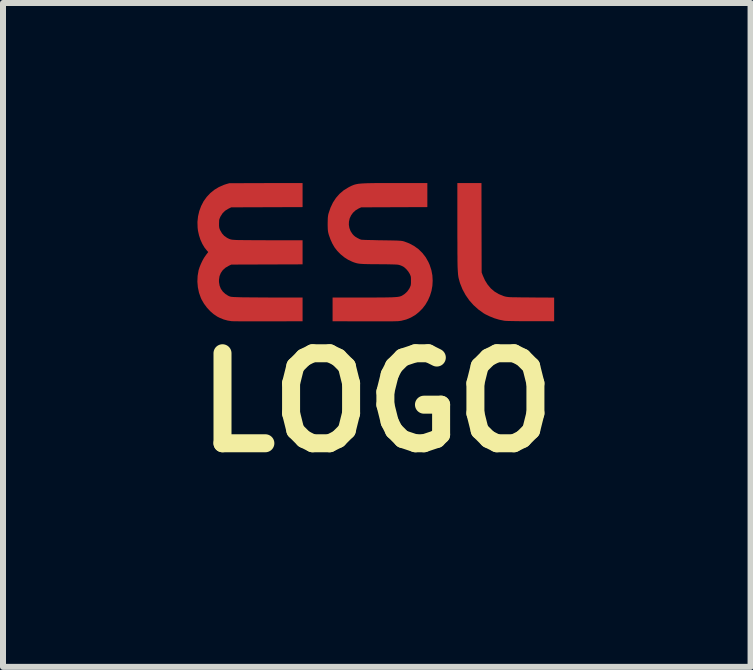
<source format=kicad_pcb>
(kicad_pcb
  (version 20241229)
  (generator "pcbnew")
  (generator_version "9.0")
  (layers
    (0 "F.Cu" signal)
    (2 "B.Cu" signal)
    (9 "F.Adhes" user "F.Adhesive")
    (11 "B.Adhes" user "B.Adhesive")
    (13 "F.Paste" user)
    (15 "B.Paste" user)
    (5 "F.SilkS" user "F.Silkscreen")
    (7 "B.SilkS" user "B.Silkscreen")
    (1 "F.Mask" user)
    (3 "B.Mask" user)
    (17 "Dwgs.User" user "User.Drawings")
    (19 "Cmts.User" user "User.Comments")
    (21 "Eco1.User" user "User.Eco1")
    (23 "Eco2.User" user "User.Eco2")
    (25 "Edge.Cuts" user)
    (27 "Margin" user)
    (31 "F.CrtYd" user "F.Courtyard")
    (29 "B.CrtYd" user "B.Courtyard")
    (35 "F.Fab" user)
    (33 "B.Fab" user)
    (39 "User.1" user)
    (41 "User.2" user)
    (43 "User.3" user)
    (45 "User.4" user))
  (footprint "LOGO"
    (layer "F.Cu")
    (at 3.229 1.158)
    (property "Reference" "LOGO" (at 0 2.5 0) (layer "F.SilkS") (effects (font (size 1.5 1.5) (thickness 0.3))))
    (attr board_only exclude_from_pos_files exclude_from_bom)
    (fp_poly (pts (xy 1.745 -0.413) (xy 1.747 0.332) (xy 1.765 0.38) (xy 1.802 0.463) (xy 1.847 0.535) (xy 1.9 0.598) (xy 1.961 0.65) (xy 2.031 0.692) (xy 2.108 0.724) (xy 2.135 0.732) (xy 2.147 0.735) (xy 2.158 0.737) (xy 2.171 0.739) (xy 2.186 0.741) (xy 2.204 0.743) (xy 2.227 0.744) (xy 2.255 0.745) (xy 2.29 0.746) (xy 2.333 0.746) (xy 2.385 0.747) (xy 2.447 0.748) (xy 2.521 0.748) (xy 2.571 0.749) (xy 2.955 0.751) (xy 2.955 0.948) (xy 2.955 1.145) (xy 2.561 1.144) (xy 2.467 1.144) (xy 2.384 1.144) (xy 2.314 1.143) (xy 2.255 1.142) (xy 2.207 1.141) (xy 2.168 1.14) (xy 2.14 1.138) (xy 2.12 1.136) (xy 2.116 1.135) (xy 2.038 1.119) (xy 1.958 1.095) (xy 1.881 1.064) (xy 1.809 1.029) (xy 1.78 1.012) (xy 1.692 0.949) (xy 1.611 0.876) (xy 1.54 0.796) (xy 1.479 0.708) (xy 1.428 0.614) (xy 1.388 0.515) (xy 1.379 0.485) (xy 1.374 0.465) (xy 1.369 0.447) (xy 1.364 0.429) (xy 1.36 0.41) (xy 1.357 0.39) (xy 1.354 0.367) (xy 1.352 0.341) (xy 1.35 0.312) (xy 1.348 0.278) (xy 1.346 0.238) (xy 1.345 0.192) (xy 1.344 0.139) (xy 1.344 0.078) (xy 1.343 0.008) (xy 1.343 -0.071) (xy 1.343 -0.161) (xy 1.342 -0.261) (xy 1.342 -0.374) (xy 1.342 -0.441) (xy 1.342 -1.158) (xy 1.543 -1.158) (xy 1.744 -1.158)) (stroke (width 0) (type solid)) (fill yes) (layer "F.Cu"))
    (fp_poly (pts (xy -1.237 -0.958) (xy -1.237 -0.757) (xy -1.831 -0.755) (xy -2.426 -0.753) (xy -2.475 -0.729) (xy -2.527 -0.697) (xy -2.569 -0.656) (xy -2.602 -0.605) (xy -2.608 -0.594) (xy -2.617 -0.572) (xy -2.624 -0.555) (xy -2.627 -0.537) (xy -2.628 -0.514) (xy -2.629 -0.482) (xy -2.629 -0.48) (xy -2.629 -0.448) (xy -2.627 -0.425) (xy -2.624 -0.407) (xy -2.618 -0.389) (xy -2.609 -0.369) (xy -2.608 -0.368) (xy -2.579 -0.318) (xy -2.543 -0.278) (xy -2.497 -0.246) (xy -2.486 -0.24) (xy -2.464 -0.229) (xy -2.446 -0.222) (xy -2.428 -0.217) (xy -2.405 -0.213) (xy -2.374 -0.211) (xy -2.363 -0.21) (xy -2.344 -0.209) (xy -2.313 -0.208) (xy -2.272 -0.208) (xy -2.221 -0.207) (xy -2.161 -0.206) (xy -2.095 -0.206) (xy -2.022 -0.205) (xy -1.944 -0.205) (xy -1.863 -0.205) (xy -1.779 -0.204) (xy -1.762 -0.204) (xy -1.237 -0.204) (xy -1.237 -0.003) (xy -1.237 0.197) (xy -1.831 0.199) (xy -2.425 0.201) (xy -2.469 0.222) (xy -2.523 0.254) (xy -2.567 0.294) (xy -2.599 0.34) (xy -2.621 0.393) (xy -2.63 0.452) (xy -2.63 0.492) (xy -2.62 0.551) (xy -2.599 0.604) (xy -2.566 0.651) (xy -2.523 0.691) (xy -2.48 0.718) (xy -2.465 0.726) (xy -2.452 0.731) (xy -2.439 0.735) (xy -2.423 0.738) (xy -2.402 0.74) (xy -2.374 0.742) (xy -2.336 0.743) (xy -2.313 0.744) (xy -2.285 0.745) (xy -2.246 0.746) (xy -2.196 0.747) (xy -2.137 0.747) (xy -2.071 0.748) (xy -1.999 0.748) (xy -1.922 0.749) (xy -1.842 0.749) (xy -1.76 0.75) (xy -1.713 0.75) (xy -1.237 0.75) (xy -1.237 0.947) (xy -1.237 1.145) (xy -1.798 1.147) (xy -1.884 1.147) (xy -1.968 1.147) (xy -2.048 1.147) (xy -2.123 1.147) (xy -2.192 1.147) (xy -2.254 1.146) (xy -2.308 1.146) (xy -2.353 1.145) (xy -2.387 1.145) (xy -2.41 1.144) (xy -2.418 1.144) (xy -2.484 1.134) (xy -2.553 1.115) (xy -2.621 1.087) (xy -2.658 1.068) (xy -2.719 1.027) (xy -2.778 0.976) (xy -2.832 0.917) (xy -2.88 0.852) (xy -2.919 0.785) (xy -2.932 0.757) (xy -2.963 0.67) (xy -2.982 0.579) (xy -2.99 0.485) (xy -2.986 0.39) (xy -2.97 0.297) (xy -2.968 0.289) (xy -2.953 0.243) (xy -2.932 0.191) (xy -2.907 0.138) (xy -2.879 0.088) (xy -2.85 0.046) (xy -2.846 0.04) (xy -2.809 -0.008) (xy -2.828 -0.029) (xy -2.87 -0.081) (xy -2.907 -0.143) (xy -2.939 -0.213) (xy -2.963 -0.287) (xy -2.98 -0.363) (xy -2.986 -0.413) (xy -2.989 -0.509) (xy -2.979 -0.603) (xy -2.958 -0.692) (xy -2.927 -0.776) (xy -2.886 -0.855) (xy -2.835 -0.926) (xy -2.775 -0.99) (xy -2.706 -1.046) (xy -2.63 -1.092) (xy -2.547 -1.128) (xy -2.51 -1.14) (xy -2.458 -1.155) (xy -1.847 -1.157) (xy -1.237 -1.158)) (stroke (width 0) (type solid)) (fill yes) (layer "F.Cu"))
    (fp_poly (pts (xy 0.842 -0.958) (xy 0.842 -0.757) (xy 0.291 -0.755) (xy -0.26 -0.753) (xy -0.304 -0.733) (xy -0.355 -0.702) (xy -0.397 -0.663) (xy -0.429 -0.618) (xy -0.452 -0.569) (xy -0.464 -0.516) (xy -0.466 -0.463) (xy -0.457 -0.409) (xy -0.437 -0.357) (xy -0.406 -0.309) (xy -0.385 -0.286) (xy -0.358 -0.263) (xy -0.323 -0.242) (xy -0.288 -0.224) (xy -0.26 -0.214) (xy -0.25 -0.213) (xy -0.227 -0.212) (xy -0.195 -0.21) (xy -0.153 -0.209) (xy -0.104 -0.208) (xy -0.048 -0.207) (xy 0.013 -0.205) (xy 0.077 -0.204) (xy 0.082 -0.204) (xy 0.156 -0.203) (xy 0.218 -0.202) (xy 0.27 -0.201) (xy 0.312 -0.2) (xy 0.346 -0.199) (xy 0.373 -0.197) (xy 0.394 -0.196) (xy 0.411 -0.194) (xy 0.426 -0.192) (xy 0.438 -0.189) (xy 0.45 -0.186) (xy 0.454 -0.185) (xy 0.541 -0.152) (xy 0.621 -0.109) (xy 0.695 -0.056) (xy 0.759 0.007) (xy 0.815 0.079) (xy 0.86 0.159) (xy 0.88 0.204) (xy 0.909 0.292) (xy 0.926 0.381) (xy 0.931 0.468) (xy 0.926 0.555) (xy 0.911 0.639) (xy 0.886 0.72) (xy 0.852 0.797) (xy 0.81 0.869) (xy 0.76 0.934) (xy 0.702 0.992) (xy 0.638 1.043) (xy 0.567 1.084) (xy 0.49 1.116) (xy 0.408 1.137) (xy 0.354 1.144) (xy 0.339 1.144) (xy 0.312 1.145) (xy 0.273 1.146) (xy 0.226 1.146) (xy 0.169 1.146) (xy 0.105 1.147) (xy 0.035 1.147) (xy -0.041 1.147) (xy -0.12 1.147) (xy -0.203 1.147) (xy -0.219 1.147) (xy -0.737 1.145) (xy -0.737 0.948) (xy -0.737 0.75) (xy -0.245 0.75) (xy -0.142 0.75) (xy -0.051 0.75) (xy 0.029 0.749) (xy 0.098 0.749) (xy 0.158 0.748) (xy 0.209 0.747) (xy 0.251 0.746) (xy 0.287 0.744) (xy 0.317 0.742) (xy 0.341 0.74) (xy 0.361 0.737) (xy 0.378 0.734) (xy 0.392 0.73) (xy 0.404 0.726) (xy 0.415 0.721) (xy 0.418 0.72) (xy 0.464 0.69) (xy 0.506 0.651) (xy 0.539 0.605) (xy 0.548 0.588) (xy 0.557 0.567) (xy 0.564 0.55) (xy 0.567 0.532) (xy 0.569 0.51) (xy 0.569 0.48) (xy 0.569 0.47) (xy 0.569 0.438) (xy 0.568 0.414) (xy 0.565 0.396) (xy 0.559 0.38) (xy 0.551 0.361) (xy 0.548 0.355) (xy 0.524 0.316) (xy 0.492 0.278) (xy 0.457 0.246) (xy 0.444 0.237) (xy 0.427 0.228) (xy 0.403 0.217) (xy 0.385 0.211) (xy 0.375 0.208) (xy 0.364 0.205) (xy 0.351 0.203) (xy 0.335 0.201) (xy 0.315 0.2) (xy 0.288 0.199) (xy 0.255 0.198) (xy 0.213 0.197) (xy 0.162 0.196) (xy 0.1 0.196) (xy 0.036 0.195) (xy -0.04 0.195) (xy -0.105 0.194) (xy -0.159 0.193) (xy -0.204 0.192) (xy -0.241 0.19) (xy -0.272 0.188) (xy -0.299 0.185) (xy -0.322 0.181) (xy -0.343 0.176) (xy -0.363 0.17) (xy -0.384 0.163) (xy -0.407 0.154) (xy -0.414 0.151) (xy -0.479 0.12) (xy -0.543 0.079) (xy -0.604 0.029) (xy -0.659 -0.027) (xy -0.704 -0.085) (xy -0.74 -0.147) (xy -0.772 -0.217) (xy -0.798 -0.29) (xy -0.801 -0.3) (xy -0.808 -0.325) (xy -0.812 -0.346) (xy -0.815 -0.367) (xy -0.817 -0.39) (xy -0.818 -0.418) (xy -0.819 -0.455) (xy -0.819 -0.484) (xy -0.818 -0.53) (xy -0.817 -0.566) (xy -0.815 -0.594) (xy -0.812 -0.617) (xy -0.808 -0.638) (xy -0.804 -0.652) (xy -0.772 -0.747) (xy -0.731 -0.833) (xy -0.68 -0.911) (xy -0.621 -0.978) (xy -0.552 -1.037) (xy -0.474 -1.085) (xy -0.461 -1.092) (xy -0.439 -1.103) (xy -0.419 -1.113) (xy -0.399 -1.121) (xy -0.379 -1.129) (xy -0.358 -1.135) (xy -0.335 -1.14) (xy -0.309 -1.145) (xy -0.279 -1.148) (xy -0.244 -1.151) (xy -0.203 -1.153) (xy -0.155 -1.155) (xy -0.099 -1.156) (xy -0.035 -1.157) (xy 0.038 -1.158) (xy 0.122 -1.158) (xy 0.218 -1.158) (xy 0.311 -1.158) (xy 0.842 -1.158)) (stroke (width 0) (type solid)) (fill yes) (layer "F.Cu"))
    (fp_poly (pts (xy 1.745 -0.413) (xy 1.747 0.332) (xy 1.765 0.38) (xy 1.802 0.463) (xy 1.847 0.535) (xy 1.9 0.598) (xy 1.961 0.65) (xy 2.031 0.692) (xy 2.108 0.724) (xy 2.135 0.732) (xy 2.147 0.735) (xy 2.158 0.737) (xy 2.171 0.739) (xy 2.186 0.741) (xy 2.204 0.743) (xy 2.227 0.744) (xy 2.255 0.745) (xy 2.29 0.746) (xy 2.333 0.746) (xy 2.385 0.747) (xy 2.447 0.748) (xy 2.521 0.748) (xy 2.571 0.749) (xy 2.955 0.751) (xy 2.955 0.948) (xy 2.955 1.145) (xy 2.561 1.144) (xy 2.467 1.144) (xy 2.384 1.144) (xy 2.314 1.143) (xy 2.255 1.142) (xy 2.207 1.141) (xy 2.168 1.14) (xy 2.14 1.138) (xy 2.12 1.136) (xy 2.116 1.135) (xy 2.038 1.119) (xy 1.958 1.095) (xy 1.881 1.064) (xy 1.809 1.029) (xy 1.78 1.012) (xy 1.692 0.949) (xy 1.611 0.876) (xy 1.54 0.796) (xy 1.479 0.708) (xy 1.428 0.614) (xy 1.388 0.515) (xy 1.379 0.485) (xy 1.374 0.465) (xy 1.369 0.447) (xy 1.364 0.429) (xy 1.36 0.41) (xy 1.357 0.39) (xy 1.354 0.367) (xy 1.352 0.341) (xy 1.35 0.312) (xy 1.348 0.278) (xy 1.346 0.238) (xy 1.345 0.192) (xy 1.344 0.139) (xy 1.344 0.078) (xy 1.343 0.008) (xy 1.343 -0.071) (xy 1.343 -0.161) (xy 1.342 -0.261) (xy 1.342 -0.374) (xy 1.342 -0.441) (xy 1.342 -1.158) (xy 1.543 -1.158) (xy 1.744 -1.158)) (stroke (width 0) (type solid)) (fill yes) (layer "F.Mask"))
    (fp_poly (pts (xy -1.237 -0.958) (xy -1.237 -0.757) (xy -1.831 -0.755) (xy -2.426 -0.753) (xy -2.475 -0.729) (xy -2.527 -0.697) (xy -2.569 -0.656) (xy -2.602 -0.605) (xy -2.608 -0.594) (xy -2.617 -0.572) (xy -2.624 -0.555) (xy -2.627 -0.537) (xy -2.628 -0.514) (xy -2.629 -0.482) (xy -2.629 -0.48) (xy -2.629 -0.448) (xy -2.627 -0.425) (xy -2.624 -0.407) (xy -2.618 -0.389) (xy -2.609 -0.369) (xy -2.608 -0.368) (xy -2.579 -0.318) (xy -2.543 -0.278) (xy -2.497 -0.246) (xy -2.486 -0.24) (xy -2.464 -0.229) (xy -2.446 -0.222) (xy -2.428 -0.217) (xy -2.405 -0.213) (xy -2.374 -0.211) (xy -2.363 -0.21) (xy -2.344 -0.209) (xy -2.313 -0.208) (xy -2.272 -0.208) (xy -2.221 -0.207) (xy -2.161 -0.206) (xy -2.095 -0.206) (xy -2.022 -0.205) (xy -1.944 -0.205) (xy -1.863 -0.205) (xy -1.779 -0.204) (xy -1.762 -0.204) (xy -1.237 -0.204) (xy -1.237 -0.003) (xy -1.237 0.197) (xy -1.831 0.199) (xy -2.425 0.201) (xy -2.469 0.222) (xy -2.523 0.254) (xy -2.567 0.294) (xy -2.599 0.34) (xy -2.621 0.393) (xy -2.63 0.452) (xy -2.63 0.492) (xy -2.62 0.551) (xy -2.599 0.604) (xy -2.566 0.651) (xy -2.523 0.691) (xy -2.48 0.718) (xy -2.465 0.726) (xy -2.452 0.731) (xy -2.439 0.735) (xy -2.423 0.738) (xy -2.402 0.74) (xy -2.374 0.742) (xy -2.336 0.743) (xy -2.313 0.744) (xy -2.285 0.745) (xy -2.246 0.746) (xy -2.196 0.747) (xy -2.137 0.747) (xy -2.071 0.748) (xy -1.999 0.748) (xy -1.922 0.749) (xy -1.842 0.749) (xy -1.76 0.75) (xy -1.713 0.75) (xy -1.237 0.75) (xy -1.237 0.947) (xy -1.237 1.145) (xy -1.798 1.147) (xy -1.884 1.147) (xy -1.968 1.147) (xy -2.048 1.147) (xy -2.123 1.147) (xy -2.192 1.147) (xy -2.254 1.146) (xy -2.308 1.146) (xy -2.353 1.145) (xy -2.387 1.145) (xy -2.41 1.144) (xy -2.418 1.144) (xy -2.484 1.134) (xy -2.553 1.115) (xy -2.621 1.087) (xy -2.658 1.068) (xy -2.719 1.027) (xy -2.778 0.976) (xy -2.832 0.917) (xy -2.88 0.852) (xy -2.919 0.785) (xy -2.932 0.757) (xy -2.963 0.67) (xy -2.982 0.579) (xy -2.99 0.485) (xy -2.986 0.39) (xy -2.97 0.297) (xy -2.968 0.289) (xy -2.953 0.243) (xy -2.932 0.191) (xy -2.907 0.138) (xy -2.879 0.088) (xy -2.85 0.046) (xy -2.846 0.04) (xy -2.809 -0.008) (xy -2.828 -0.029) (xy -2.87 -0.081) (xy -2.907 -0.143) (xy -2.939 -0.213) (xy -2.963 -0.287) (xy -2.98 -0.363) (xy -2.986 -0.413) (xy -2.989 -0.509) (xy -2.979 -0.603) (xy -2.958 -0.692) (xy -2.927 -0.776) (xy -2.886 -0.855) (xy -2.835 -0.926) (xy -2.775 -0.99) (xy -2.706 -1.046) (xy -2.63 -1.092) (xy -2.547 -1.128) (xy -2.51 -1.14) (xy -2.458 -1.155) (xy -1.847 -1.157) (xy -1.237 -1.158)) (stroke (width 0) (type solid)) (fill yes) (layer "F.Mask"))
    (fp_poly (pts (xy 0.842 -0.958) (xy 0.842 -0.757) (xy 0.291 -0.755) (xy -0.26 -0.753) (xy -0.304 -0.733) (xy -0.355 -0.702) (xy -0.397 -0.663) (xy -0.429 -0.618) (xy -0.452 -0.569) (xy -0.464 -0.516) (xy -0.466 -0.463) (xy -0.457 -0.409) (xy -0.437 -0.357) (xy -0.406 -0.309) (xy -0.385 -0.286) (xy -0.358 -0.263) (xy -0.323 -0.242) (xy -0.288 -0.224) (xy -0.26 -0.214) (xy -0.25 -0.213) (xy -0.227 -0.212) (xy -0.195 -0.21) (xy -0.153 -0.209) (xy -0.104 -0.208) (xy -0.048 -0.207) (xy 0.013 -0.205) (xy 0.077 -0.204) (xy 0.082 -0.204) (xy 0.156 -0.203) (xy 0.218 -0.202) (xy 0.27 -0.201) (xy 0.312 -0.2) (xy 0.346 -0.199) (xy 0.373 -0.197) (xy 0.394 -0.196) (xy 0.411 -0.194) (xy 0.426 -0.192) (xy 0.438 -0.189) (xy 0.45 -0.186) (xy 0.454 -0.185) (xy 0.541 -0.152) (xy 0.621 -0.109) (xy 0.695 -0.056) (xy 0.759 0.007) (xy 0.815 0.079) (xy 0.86 0.159) (xy 0.88 0.204) (xy 0.909 0.292) (xy 0.926 0.381) (xy 0.931 0.468) (xy 0.926 0.555) (xy 0.911 0.639) (xy 0.886 0.72) (xy 0.852 0.797) (xy 0.81 0.869) (xy 0.76 0.934) (xy 0.702 0.992) (xy 0.638 1.043) (xy 0.567 1.084) (xy 0.49 1.116) (xy 0.408 1.137) (xy 0.354 1.144) (xy 0.339 1.144) (xy 0.312 1.145) (xy 0.273 1.146) (xy 0.226 1.146) (xy 0.169 1.146) (xy 0.105 1.147) (xy 0.035 1.147) (xy -0.041 1.147) (xy -0.12 1.147) (xy -0.203 1.147) (xy -0.219 1.147) (xy -0.737 1.145) (xy -0.737 0.948) (xy -0.737 0.75) (xy -0.245 0.75) (xy -0.142 0.75) (xy -0.051 0.75) (xy 0.029 0.749) (xy 0.098 0.749) (xy 0.158 0.748) (xy 0.209 0.747) (xy 0.251 0.746) (xy 0.287 0.744) (xy 0.317 0.742) (xy 0.341 0.74) (xy 0.361 0.737) (xy 0.378 0.734) (xy 0.392 0.73) (xy 0.404 0.726) (xy 0.415 0.721) (xy 0.418 0.72) (xy 0.464 0.69) (xy 0.506 0.651) (xy 0.539 0.605) (xy 0.548 0.588) (xy 0.557 0.567) (xy 0.564 0.55) (xy 0.567 0.532) (xy 0.569 0.51) (xy 0.569 0.48) (xy 0.569 0.47) (xy 0.569 0.438) (xy 0.568 0.414) (xy 0.565 0.396) (xy 0.559 0.38) (xy 0.551 0.361) (xy 0.548 0.355) (xy 0.524 0.316) (xy 0.492 0.278) (xy 0.457 0.246) (xy 0.444 0.237) (xy 0.427 0.228) (xy 0.403 0.217) (xy 0.385 0.211) (xy 0.375 0.208) (xy 0.364 0.205) (xy 0.351 0.203) (xy 0.335 0.201) (xy 0.315 0.2) (xy 0.288 0.199) (xy 0.255 0.198) (xy 0.213 0.197) (xy 0.162 0.196) (xy 0.1 0.196) (xy 0.036 0.195) (xy -0.04 0.195) (xy -0.105 0.194) (xy -0.159 0.193) (xy -0.204 0.192) (xy -0.241 0.19) (xy -0.272 0.188) (xy -0.299 0.185) (xy -0.322 0.181) (xy -0.343 0.176) (xy -0.363 0.17) (xy -0.384 0.163) (xy -0.407 0.154) (xy -0.414 0.151) (xy -0.479 0.12) (xy -0.543 0.079) (xy -0.604 0.029) (xy -0.659 -0.027) (xy -0.704 -0.085) (xy -0.74 -0.147) (xy -0.772 -0.217) (xy -0.798 -0.29) (xy -0.801 -0.3) (xy -0.808 -0.325) (xy -0.812 -0.346) (xy -0.815 -0.367) (xy -0.817 -0.39) (xy -0.818 -0.418) (xy -0.819 -0.455) (xy -0.819 -0.484) (xy -0.818 -0.53) (xy -0.817 -0.566) (xy -0.815 -0.594) (xy -0.812 -0.617) (xy -0.808 -0.638) (xy -0.804 -0.652) (xy -0.772 -0.747) (xy -0.731 -0.833) (xy -0.68 -0.911) (xy -0.621 -0.978) (xy -0.552 -1.037) (xy -0.474 -1.085) (xy -0.461 -1.092) (xy -0.439 -1.103) (xy -0.419 -1.113) (xy -0.399 -1.121) (xy -0.379 -1.129) (xy -0.358 -1.135) (xy -0.335 -1.14) (xy -0.309 -1.145) (xy -0.279 -1.148) (xy -0.244 -1.151) (xy -0.203 -1.153) (xy -0.155 -1.155) (xy -0.099 -1.156) (xy -0.035 -1.157) (xy 0.038 -1.158) (xy 0.122 -1.158) (xy 0.218 -1.158) (xy 0.311 -1.158) (xy 0.842 -1.158)) (stroke (width 0) (type solid)) (fill yes) (layer "F.Mask")))
  (gr_rect
    (start -3 -3)
    (end 9.457 8.062)
    (stroke (width 0.1) (type default))
    (fill no)
    (layer "Edge.Cuts")))
</source>
